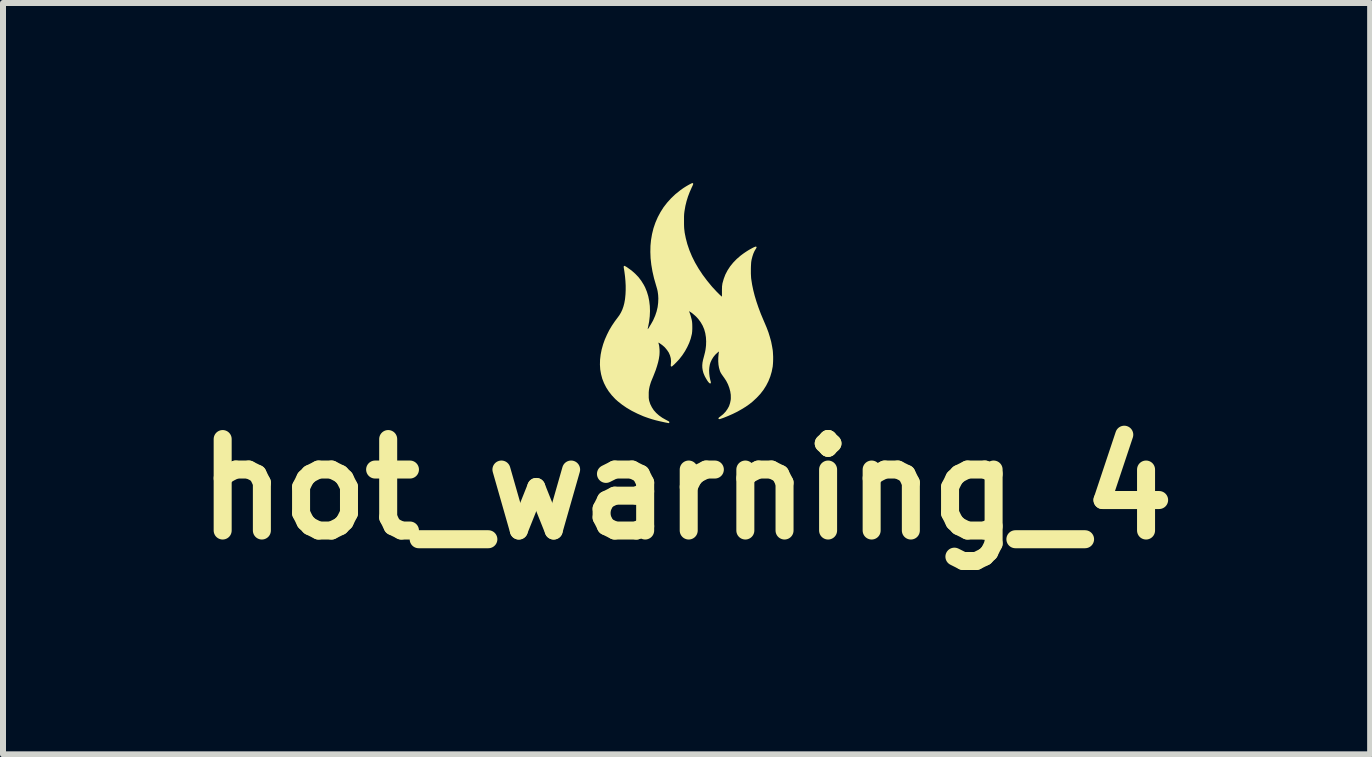
<source format=kicad_pcb>
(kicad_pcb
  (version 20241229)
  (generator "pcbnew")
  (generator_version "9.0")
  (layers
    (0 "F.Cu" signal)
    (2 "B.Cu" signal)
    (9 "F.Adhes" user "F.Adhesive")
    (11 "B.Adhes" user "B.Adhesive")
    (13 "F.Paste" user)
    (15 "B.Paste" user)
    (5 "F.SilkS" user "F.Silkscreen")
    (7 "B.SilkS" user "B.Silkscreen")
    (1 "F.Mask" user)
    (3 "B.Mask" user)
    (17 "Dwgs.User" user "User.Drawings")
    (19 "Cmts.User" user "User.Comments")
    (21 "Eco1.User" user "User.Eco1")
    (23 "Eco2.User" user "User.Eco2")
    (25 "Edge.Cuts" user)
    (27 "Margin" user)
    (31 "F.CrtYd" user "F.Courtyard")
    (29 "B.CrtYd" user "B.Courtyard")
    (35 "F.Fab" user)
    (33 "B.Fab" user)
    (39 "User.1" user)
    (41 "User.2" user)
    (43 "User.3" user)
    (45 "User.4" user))
  (footprint "hot_warning_4"
    (layer "F.Cu")
    (at 8.389 2)
    (property "Reference" "hot_warning_4" (at 0 3.1 0) (layer "F.SilkS") (effects (font (size 1.524 1.524) (thickness 0.3))))
    (attr board_only exclude_from_pos_files exclude_from_bom)
    (fp_poly (pts (xy 0.106 -1.997) (xy 0.11 -1.992) (xy 0.111 -1.988) (xy 0.11 -1.98) (xy 0.106 -1.969) (xy 0.099 -1.953) (xy 0.089 -1.931) (xy 0.088 -1.93) (xy 0.053 -1.851) (xy 0.024 -1.775) (xy 0.000463 -1.699) (xy -0.019 -1.62) (xy -0.033 -1.539) (xy -0.036 -1.519) (xy -0.038 -1.501) (xy -0.04 -1.483) (xy -0.041 -1.464) (xy -0.042 -1.441) (xy -0.042 -1.414) (xy -0.042 -1.381) (xy -0.042 -1.365) (xy -0.042 -1.318) (xy -0.041 -1.277) (xy -0.039 -1.241) (xy -0.035 -1.207) (xy -0.031 -1.173) (xy -0.024 -1.137) (xy -0.016 -1.098) (xy -0.014 -1.086) (xy 0.013 -0.983) (xy 0.048 -0.88) (xy 0.091 -0.777) (xy 0.142 -0.675) (xy 0.201 -0.574) (xy 0.267 -0.474) (xy 0.341 -0.375) (xy 0.414 -0.286) (xy 0.432 -0.265) (xy 0.453 -0.243) (xy 0.475 -0.219) (xy 0.497 -0.195) (xy 0.519 -0.173) (xy 0.539 -0.153) (xy 0.556 -0.136) (xy 0.569 -0.124) (xy 0.571 -0.123) (xy 0.59 -0.107) (xy 0.59 -0.197) (xy 0.59 -0.229) (xy 0.591 -0.254) (xy 0.591 -0.274) (xy 0.593 -0.29) (xy 0.595 -0.305) (xy 0.597 -0.32) (xy 0.599 -0.331) (xy 0.62 -0.405) (xy 0.647 -0.476) (xy 0.683 -0.545) (xy 0.726 -0.611) (xy 0.777 -0.674) (xy 0.835 -0.734) (xy 0.901 -0.791) (xy 0.929 -0.812) (xy 0.955 -0.831) (xy 0.983 -0.85) (xy 1.012 -0.869) (xy 1.04 -0.886) (xy 1.068 -0.902) (xy 1.094 -0.916) (xy 1.117 -0.928) (xy 1.136 -0.936) (xy 1.15 -0.941) (xy 1.158 -0.941) (xy 1.165 -0.937) (xy 1.167 -0.928) (xy 1.162 -0.916) (xy 1.154 -0.903) (xy 1.133 -0.868) (xy 1.114 -0.826) (xy 1.098 -0.778) (xy 1.084 -0.724) (xy 1.081 -0.707) (xy 1.077 -0.681) (xy 1.075 -0.649) (xy 1.073 -0.612) (xy 1.072 -0.572) (xy 1.072 -0.531) (xy 1.072 -0.491) (xy 1.074 -0.452) (xy 1.076 -0.417) (xy 1.079 -0.394) (xy 1.093 -0.305) (xy 1.112 -0.214) (xy 1.136 -0.12) (xy 1.165 -0.024) (xy 1.199 0.076) (xy 1.238 0.18) (xy 1.284 0.289) (xy 1.299 0.324) (xy 1.335 0.409) (xy 1.365 0.489) (xy 1.389 0.567) (xy 1.41 0.643) (xy 1.425 0.72) (xy 1.436 0.784) (xy 1.439 0.816) (xy 1.441 0.853) (xy 1.443 0.893) (xy 1.443 0.934) (xy 1.442 0.975) (xy 1.44 1.012) (xy 1.437 1.045) (xy 1.436 1.057) (xy 1.419 1.143) (xy 1.395 1.224) (xy 1.364 1.302) (xy 1.326 1.376) (xy 1.281 1.447) (xy 1.228 1.515) (xy 1.168 1.579) (xy 1.101 1.641) (xy 1.046 1.685) (xy 0.986 1.727) (xy 0.919 1.768) (xy 0.847 1.809) (xy 0.772 1.846) (xy 0.695 1.88) (xy 0.618 1.911) (xy 0.589 1.921) (xy 0.569 1.928) (xy 0.556 1.932) (xy 0.547 1.933) (xy 0.541 1.933) (xy 0.537 1.931) (xy 0.532 1.925) (xy 0.532 1.918) (xy 0.538 1.909) (xy 0.55 1.899) (xy 0.562 1.89) (xy 0.61 1.852) (xy 0.65 1.81) (xy 0.682 1.765) (xy 0.708 1.718) (xy 0.725 1.667) (xy 0.736 1.613) (xy 0.738 1.585) (xy 0.737 1.528) (xy 0.728 1.47) (xy 0.712 1.411) (xy 0.69 1.353) (xy 0.661 1.296) (xy 0.626 1.243) (xy 0.624 1.241) (xy 0.605 1.214) (xy 0.59 1.193) (xy 0.579 1.176) (xy 0.57 1.161) (xy 0.563 1.147) (xy 0.557 1.133) (xy 0.555 1.126) (xy 0.541 1.078) (xy 0.532 1.026) (xy 0.528 0.969) (xy 0.529 0.909) (xy 0.534 0.847) (xy 0.538 0.823) (xy 0.54 0.806) (xy 0.514 0.827) (xy 0.479 0.86) (xy 0.448 0.898) (xy 0.421 0.941) (xy 0.4 0.986) (xy 0.388 1.024) (xy 0.38 1.07) (xy 0.376 1.119) (xy 0.378 1.172) (xy 0.384 1.224) (xy 0.394 1.275) (xy 0.398 1.291) (xy 0.404 1.312) (xy 0.405 1.326) (xy 0.404 1.334) (xy 0.398 1.338) (xy 0.392 1.339) (xy 0.383 1.335) (xy 0.372 1.325) (xy 0.359 1.31) (xy 0.345 1.29) (xy 0.331 1.267) (xy 0.317 1.243) (xy 0.303 1.217) (xy 0.292 1.191) (xy 0.282 1.167) (xy 0.28 1.161) (xy 0.269 1.118) (xy 0.263 1.077) (xy 0.262 1.035) (xy 0.266 0.992) (xy 0.275 0.945) (xy 0.284 0.912) (xy 0.297 0.862) (xy 0.308 0.818) (xy 0.316 0.778) (xy 0.321 0.739) (xy 0.325 0.701) (xy 0.326 0.661) (xy 0.327 0.641) (xy 0.323 0.569) (xy 0.312 0.501) (xy 0.294 0.436) (xy 0.268 0.375) (xy 0.235 0.318) (xy 0.195 0.264) (xy 0.161 0.227) (xy 0.143 0.21) (xy 0.123 0.193) (xy 0.102 0.175) (xy 0.082 0.16) (xy 0.064 0.148) (xy 0.053 0.141) (xy 0.041 0.135) (xy 0.05 0.156) (xy 0.069 0.212) (xy 0.085 0.273) (xy 0.086 0.278) (xy 0.092 0.31) (xy 0.095 0.348) (xy 0.096 0.389) (xy 0.096 0.43) (xy 0.094 0.471) (xy 0.09 0.508) (xy 0.086 0.526) (xy 0.069 0.594) (xy 0.044 0.664) (xy 0.012 0.733) (xy -0.026 0.802) (xy -0.07 0.869) (xy -0.105 0.914) (xy -0.118 0.931) (xy -0.135 0.95) (xy -0.153 0.969) (xy -0.172 0.989) (xy -0.191 1.008) (xy -0.208 1.025) (xy -0.224 1.039) (xy -0.236 1.05) (xy -0.245 1.056) (xy -0.248 1.057) (xy -0.256 1.056) (xy -0.261 1.05) (xy -0.263 1.04) (xy -0.262 1.024) (xy -0.261 1.016) (xy -0.258 0.967) (xy -0.263 0.918) (xy -0.276 0.871) (xy -0.296 0.825) (xy -0.325 0.782) (xy -0.36 0.74) (xy -0.372 0.728) (xy -0.385 0.717) (xy -0.4 0.704) (xy -0.416 0.692) (xy -0.433 0.68) (xy -0.447 0.67) (xy -0.459 0.662) (xy -0.466 0.659) (xy -0.468 0.659) (xy -0.468 0.663) (xy -0.466 0.673) (xy -0.462 0.687) (xy -0.461 0.69) (xy -0.456 0.713) (xy -0.453 0.741) (xy -0.45 0.773) (xy -0.449 0.807) (xy -0.45 0.84) (xy -0.452 0.871) (xy -0.453 0.876) (xy -0.461 0.929) (xy -0.474 0.987) (xy -0.492 1.05) (xy -0.513 1.115) (xy -0.539 1.182) (xy -0.556 1.225) (xy -0.576 1.273) (xy -0.593 1.315) (xy -0.605 1.353) (xy -0.615 1.388) (xy -0.622 1.421) (xy -0.627 1.453) (xy -0.63 1.487) (xy -0.63 1.523) (xy -0.63 1.527) (xy -0.63 1.554) (xy -0.63 1.576) (xy -0.628 1.594) (xy -0.626 1.609) (xy -0.623 1.624) (xy -0.622 1.629) (xy -0.604 1.684) (xy -0.578 1.736) (xy -0.546 1.785) (xy -0.506 1.83) (xy -0.459 1.872) (xy -0.404 1.911) (xy -0.342 1.946) (xy -0.334 1.95) (xy -0.314 1.961) (xy -0.3 1.968) (xy -0.292 1.974) (xy -0.288 1.979) (xy -0.286 1.983) (xy -0.288 1.993) (xy -0.295 1.999) (xy -0.3 2) (xy -0.305 1.999) (xy -0.317 1.996) (xy -0.334 1.993) (xy -0.355 1.989) (xy -0.378 1.984) (xy -0.45 1.968) (xy -0.516 1.952) (xy -0.576 1.935) (xy -0.632 1.917) (xy -0.686 1.898) (xy -0.721 1.885) (xy -0.819 1.842) (xy -0.911 1.796) (xy -0.995 1.747) (xy -1.071 1.695) (xy -1.141 1.64) (xy -1.187 1.599) (xy -1.245 1.537) (xy -1.296 1.472) (xy -1.339 1.405) (xy -1.375 1.334) (xy -1.404 1.261) (xy -1.424 1.185) (xy -1.438 1.106) (xy -1.443 1.026) (xy -1.441 0.943) (xy -1.431 0.858) (xy -1.414 0.772) (xy -1.389 0.684) (xy -1.361 0.606) (xy -1.326 0.527) (xy -1.288 0.451) (xy -1.244 0.377) (xy -1.194 0.303) (xy -1.152 0.247) (xy -1.119 0.202) (xy -1.092 0.156) (xy -1.07 0.109) (xy -1.052 0.058) (xy -1.037 0.002) (xy -1.026 -0.059) (xy -1.023 -0.084) (xy -1.017 -0.147) (xy -1.014 -0.217) (xy -1.014 -0.29) (xy -1.018 -0.367) (xy -1.025 -0.445) (xy -1.035 -0.522) (xy -1.041 -0.56) (xy -1.045 -0.584) (xy -1.047 -0.6) (xy -1.046 -0.611) (xy -1.043 -0.618) (xy -1.038 -0.62) (xy -1.034 -0.62) (xy -1.028 -0.618) (xy -1.017 -0.612) (xy -1.003 -0.604) (xy -0.986 -0.593) (xy -0.982 -0.59) (xy -0.915 -0.542) (xy -0.855 -0.489) (xy -0.801 -0.433) (xy -0.754 -0.371) (xy -0.713 -0.305) (xy -0.69 -0.261) (xy -0.661 -0.19) (xy -0.638 -0.115) (xy -0.622 -0.036) (xy -0.612 0.047) (xy -0.609 0.132) (xy -0.613 0.219) (xy -0.623 0.307) (xy -0.639 0.39) (xy -0.643 0.407) (xy -0.646 0.422) (xy -0.647 0.432) (xy -0.648 0.435) (xy -0.645 0.433) (xy -0.638 0.425) (xy -0.629 0.412) (xy -0.619 0.395) (xy -0.607 0.375) (xy -0.594 0.354) (xy -0.582 0.333) (xy -0.57 0.312) (xy -0.56 0.294) (xy -0.555 0.284) (xy -0.523 0.211) (xy -0.499 0.14) (xy -0.482 0.068) (xy -0.473 -0.004) (xy -0.47 -0.077) (xy -0.471 -0.096) (xy -0.473 -0.133) (xy -0.477 -0.166) (xy -0.482 -0.199) (xy -0.49 -0.234) (xy -0.501 -0.272) (xy -0.508 -0.296) (xy -0.542 -0.414) (xy -0.568 -0.528) (xy -0.587 -0.639) (xy -0.599 -0.747) (xy -0.603 -0.852) (xy -0.601 -0.955) (xy -0.592 -1.049) (xy -0.575 -1.149) (xy -0.551 -1.246) (xy -0.519 -1.34) (xy -0.48 -1.43) (xy -0.434 -1.516) (xy -0.382 -1.598) (xy -0.322 -1.675) (xy -0.256 -1.748) (xy -0.183 -1.817) (xy -0.104 -1.88) (xy -0.052 -1.917) (xy -0.03 -1.931) (xy -0.006 -1.946) (xy 0.018 -1.96) (xy 0.041 -1.973) (xy 0.062 -1.984) (xy 0.079 -1.993) (xy 0.092 -1.998) (xy 0.099 -2)) (stroke (width 0) (type solid)) (fill yes) (layer "F.SilkS")))
  (gr_rect
    (start -3 -3)
    (end 19.779 9.518)
    (stroke (width 0.1) (type default))
    (fill no)
    (layer "Edge.Cuts")))
</source>
